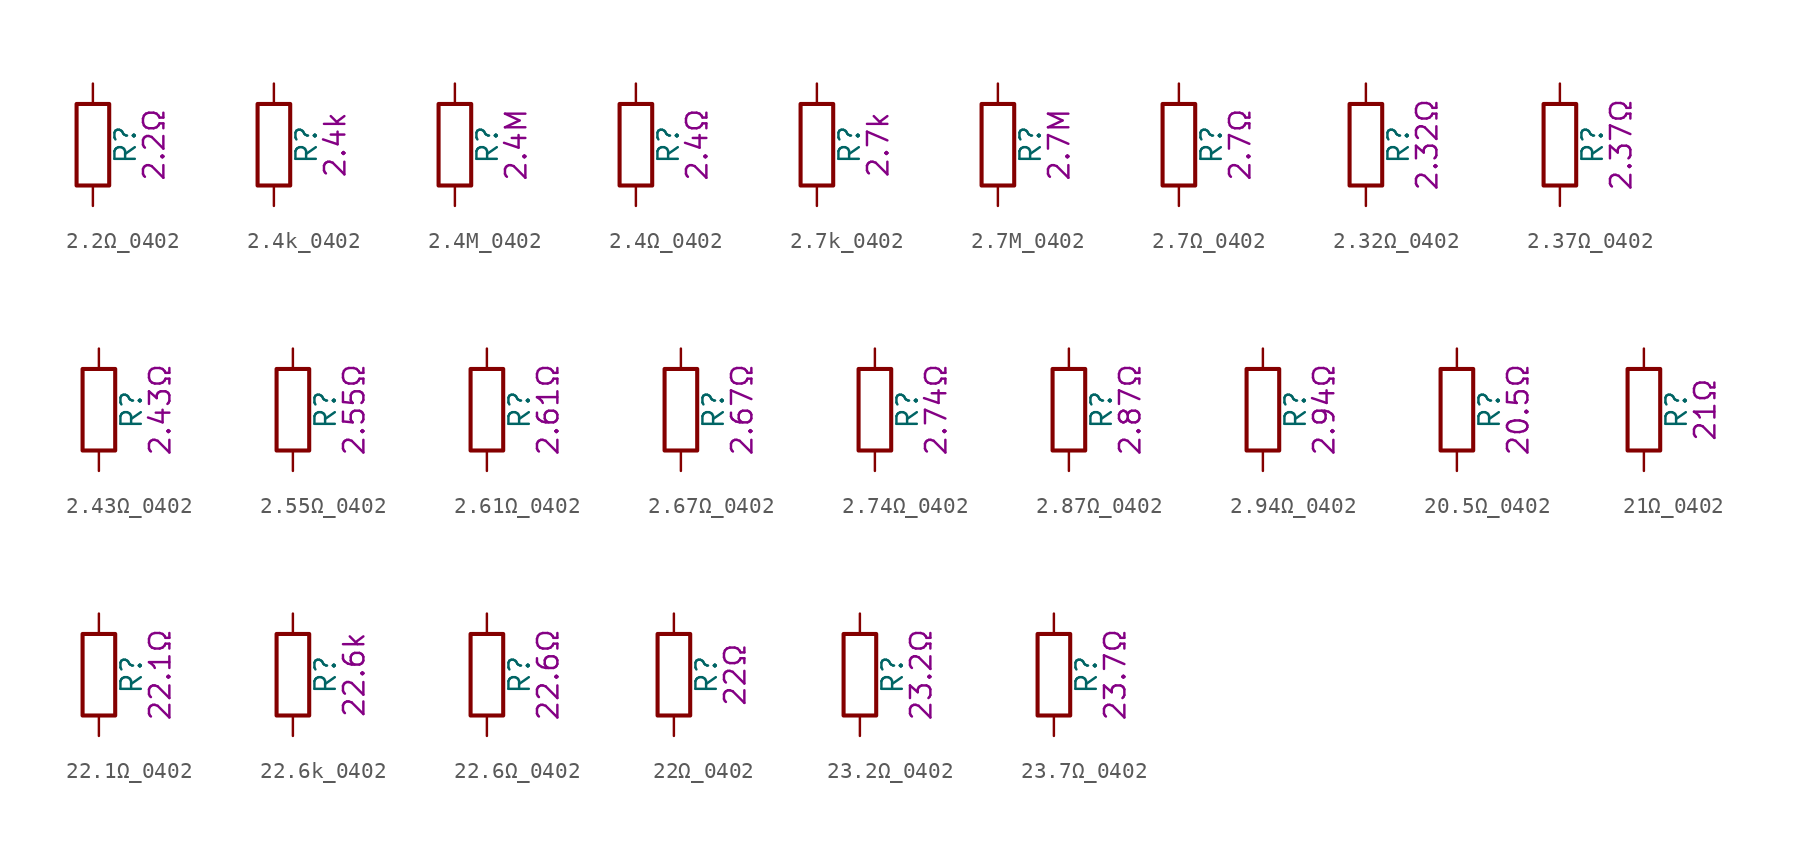
<source format=kicad_sym>
(kicad_symbol_lib
  (version 20211014)
  (generator kicad_symbol_editor)
  (symbol "2.2Ω_0402"
    (pin_numbers hide)
    (pin_names
      (offset 0))
    (property "Reference" "R"
      (at 2.032 0 90)
      (effects (font (size 1.27 1.27))))
    (property "Display" "2.2Ω"
      (at 3.81 0 90)
      (effects (font (size 1.27 1.27))))
    (symbol "2.2Ω_0402_0_1"
      (rectangle (start -1.016 -2.54) (end 1.016 2.54) (stroke (width 0.254) (type default) (color 0 0 0 0)) (fill (type none))))
    (symbol "2.2Ω_0402_1_1"
      (pin passive line (at 0 3.81 270) (length 1.27) (name "~" (effects (font (size 1.27 1.27)))) (number "1" (effects (font (size 1.27 1.27)))))
      (pin passive line (at 0 -3.81 90) (length 1.27) (name "~" (effects (font (size 1.27 1.27)))) (number "2" (effects (font (size 1.27 1.27)))))))
  (symbol "2.4k_0402"
    (pin_numbers hide)
    (pin_names
      (offset 0))
    (property "Reference" "R"
      (at 2.032 0 90)
      (effects (font (size 1.27 1.27))))
    (property "Display" "2.4k"
      (at 3.81 0 90)
      (effects (font (size 1.27 1.27))))
    (symbol "2.4k_0402_0_1"
      (rectangle (start -1.016 -2.54) (end 1.016 2.54) (stroke (width 0.254) (type default) (color 0 0 0 0)) (fill (type none))))
    (symbol "2.4k_0402_1_1"
      (pin passive line (at 0 3.81 270) (length 1.27) (name "~" (effects (font (size 1.27 1.27)))) (number "1" (effects (font (size 1.27 1.27)))))
      (pin passive line (at 0 -3.81 90) (length 1.27) (name "~" (effects (font (size 1.27 1.27)))) (number "2" (effects (font (size 1.27 1.27)))))))
  (symbol "2.4M_0402"
    (pin_numbers hide)
    (pin_names
      (offset 0))
    (property "Reference" "R"
      (at 2.032 0 90)
      (effects (font (size 1.27 1.27))))
    (property "Display" "2.4M"
      (at 3.81 0 90)
      (effects (font (size 1.27 1.27))))
    (symbol "2.4M_0402_0_1"
      (rectangle (start -1.016 -2.54) (end 1.016 2.54) (stroke (width 0.254) (type default) (color 0 0 0 0)) (fill (type none))))
    (symbol "2.4M_0402_1_1"
      (pin passive line (at 0 3.81 270) (length 1.27) (name "~" (effects (font (size 1.27 1.27)))) (number "1" (effects (font (size 1.27 1.27)))))
      (pin passive line (at 0 -3.81 90) (length 1.27) (name "~" (effects (font (size 1.27 1.27)))) (number "2" (effects (font (size 1.27 1.27)))))))
  (symbol "2.4Ω_0402"
    (pin_numbers hide)
    (pin_names
      (offset 0))
    (property "Reference" "R"
      (at 2.032 0 90)
      (effects (font (size 1.27 1.27))))
    (property "Display" "2.4Ω"
      (at 3.81 0 90)
      (effects (font (size 1.27 1.27))))
    (symbol "2.4Ω_0402_0_1"
      (rectangle (start -1.016 -2.54) (end 1.016 2.54) (stroke (width 0.254) (type default) (color 0 0 0 0)) (fill (type none))))
    (symbol "2.4Ω_0402_1_1"
      (pin passive line (at 0 3.81 270) (length 1.27) (name "~" (effects (font (size 1.27 1.27)))) (number "1" (effects (font (size 1.27 1.27)))))
      (pin passive line (at 0 -3.81 90) (length 1.27) (name "~" (effects (font (size 1.27 1.27)))) (number "2" (effects (font (size 1.27 1.27)))))))
  (symbol "2.7k_0402"
    (pin_numbers hide)
    (pin_names
      (offset 0))
    (property "Reference" "R"
      (at 2.032 0 90)
      (effects (font (size 1.27 1.27))))
    (property "Display" "2.7k"
      (at 3.81 0 90)
      (effects (font (size 1.27 1.27))))
    (symbol "2.7k_0402_0_1"
      (rectangle (start -1.016 -2.54) (end 1.016 2.54) (stroke (width 0.254) (type default) (color 0 0 0 0)) (fill (type none))))
    (symbol "2.7k_0402_1_1"
      (pin passive line (at 0 3.81 270) (length 1.27) (name "~" (effects (font (size 1.27 1.27)))) (number "1" (effects (font (size 1.27 1.27)))))
      (pin passive line (at 0 -3.81 90) (length 1.27) (name "~" (effects (font (size 1.27 1.27)))) (number "2" (effects (font (size 1.27 1.27)))))))
  (symbol "2.7M_0402"
    (pin_numbers hide)
    (pin_names
      (offset 0))
    (property "Reference" "R"
      (at 2.032 0 90)
      (effects (font (size 1.27 1.27))))
    (property "Display" "2.7M"
      (at 3.81 0 90)
      (effects (font (size 1.27 1.27))))
    (symbol "2.7M_0402_0_1"
      (rectangle (start -1.016 -2.54) (end 1.016 2.54) (stroke (width 0.254) (type default) (color 0 0 0 0)) (fill (type none))))
    (symbol "2.7M_0402_1_1"
      (pin passive line (at 0 3.81 270) (length 1.27) (name "~" (effects (font (size 1.27 1.27)))) (number "1" (effects (font (size 1.27 1.27)))))
      (pin passive line (at 0 -3.81 90) (length 1.27) (name "~" (effects (font (size 1.27 1.27)))) (number "2" (effects (font (size 1.27 1.27)))))))
  (symbol "2.7Ω_0402"
    (pin_numbers hide)
    (pin_names
      (offset 0))
    (property "Reference" "R"
      (at 2.032 0 90)
      (effects (font (size 1.27 1.27))))
    (property "Display" "2.7Ω"
      (at 3.81 0 90)
      (effects (font (size 1.27 1.27))))
    (symbol "2.7Ω_0402_0_1"
      (rectangle (start -1.016 -2.54) (end 1.016 2.54) (stroke (width 0.254) (type default) (color 0 0 0 0)) (fill (type none))))
    (symbol "2.7Ω_0402_1_1"
      (pin passive line (at 0 3.81 270) (length 1.27) (name "~" (effects (font (size 1.27 1.27)))) (number "1" (effects (font (size 1.27 1.27)))))
      (pin passive line (at 0 -3.81 90) (length 1.27) (name "~" (effects (font (size 1.27 1.27)))) (number "2" (effects (font (size 1.27 1.27)))))))
  (symbol "2.32Ω_0402"
    (pin_numbers hide)
    (pin_names
      (offset 0))
    (property "Reference" "R"
      (at 2.032 0 90)
      (effects (font (size 1.27 1.27))))
    (property "Display" "2.32Ω"
      (at 3.81 0 90)
      (effects (font (size 1.27 1.27))))
    (symbol "2.32Ω_0402_0_1"
      (rectangle (start -1.016 -2.54) (end 1.016 2.54) (stroke (width 0.254) (type default) (color 0 0 0 0)) (fill (type none))))
    (symbol "2.32Ω_0402_1_1"
      (pin passive line (at 0 3.81 270) (length 1.27) (name "~" (effects (font (size 1.27 1.27)))) (number "1" (effects (font (size 1.27 1.27)))))
      (pin passive line (at 0 -3.81 90) (length 1.27) (name "~" (effects (font (size 1.27 1.27)))) (number "2" (effects (font (size 1.27 1.27)))))))
  (symbol "2.37Ω_0402"
    (pin_numbers hide)
    (pin_names
      (offset 0))
    (property "Reference" "R"
      (at 2.032 0 90)
      (effects (font (size 1.27 1.27))))
    (property "Display" "2.37Ω"
      (at 3.81 0 90)
      (effects (font (size 1.27 1.27))))
    (symbol "2.37Ω_0402_0_1"
      (rectangle (start -1.016 -2.54) (end 1.016 2.54) (stroke (width 0.254) (type default) (color 0 0 0 0)) (fill (type none))))
    (symbol "2.37Ω_0402_1_1"
      (pin passive line (at 0 3.81 270) (length 1.27) (name "~" (effects (font (size 1.27 1.27)))) (number "1" (effects (font (size 1.27 1.27)))))
      (pin passive line (at 0 -3.81 90) (length 1.27) (name "~" (effects (font (size 1.27 1.27)))) (number "2" (effects (font (size 1.27 1.27)))))))
  (symbol "2.43Ω_0402"
    (pin_numbers hide)
    (pin_names
      (offset 0))
    (property "Reference" "R"
      (at 2.032 0 90)
      (effects (font (size 1.27 1.27))))
    (property "Display" "2.43Ω"
      (at 3.81 0 90)
      (effects (font (size 1.27 1.27))))
    (symbol "2.43Ω_0402_0_1"
      (rectangle (start -1.016 -2.54) (end 1.016 2.54) (stroke (width 0.254) (type default) (color 0 0 0 0)) (fill (type none))))
    (symbol "2.43Ω_0402_1_1"
      (pin passive line (at 0 3.81 270) (length 1.27) (name "~" (effects (font (size 1.27 1.27)))) (number "1" (effects (font (size 1.27 1.27)))))
      (pin passive line (at 0 -3.81 90) (length 1.27) (name "~" (effects (font (size 1.27 1.27)))) (number "2" (effects (font (size 1.27 1.27)))))))
  (symbol "2.55Ω_0402"
    (pin_numbers hide)
    (pin_names
      (offset 0))
    (property "Reference" "R"
      (at 2.032 0 90)
      (effects (font (size 1.27 1.27))))
    (property "Display" "2.55Ω"
      (at 3.81 0 90)
      (effects (font (size 1.27 1.27))))
    (symbol "2.55Ω_0402_0_1"
      (rectangle (start -1.016 -2.54) (end 1.016 2.54) (stroke (width 0.254) (type default) (color 0 0 0 0)) (fill (type none))))
    (symbol "2.55Ω_0402_1_1"
      (pin passive line (at 0 3.81 270) (length 1.27) (name "~" (effects (font (size 1.27 1.27)))) (number "1" (effects (font (size 1.27 1.27)))))
      (pin passive line (at 0 -3.81 90) (length 1.27) (name "~" (effects (font (size 1.27 1.27)))) (number "2" (effects (font (size 1.27 1.27)))))))
  (symbol "2.61Ω_0402"
    (pin_numbers hide)
    (pin_names
      (offset 0))
    (property "Reference" "R"
      (at 2.032 0 90)
      (effects (font (size 1.27 1.27))))
    (property "Display" "2.61Ω"
      (at 3.81 0 90)
      (effects (font (size 1.27 1.27))))
    (symbol "2.61Ω_0402_0_1"
      (rectangle (start -1.016 -2.54) (end 1.016 2.54) (stroke (width 0.254) (type default) (color 0 0 0 0)) (fill (type none))))
    (symbol "2.61Ω_0402_1_1"
      (pin passive line (at 0 3.81 270) (length 1.27) (name "~" (effects (font (size 1.27 1.27)))) (number "1" (effects (font (size 1.27 1.27)))))
      (pin passive line (at 0 -3.81 90) (length 1.27) (name "~" (effects (font (size 1.27 1.27)))) (number "2" (effects (font (size 1.27 1.27)))))))
  (symbol "2.67Ω_0402"
    (pin_numbers hide)
    (pin_names
      (offset 0))
    (property "Reference" "R"
      (at 2.032 0 90)
      (effects (font (size 1.27 1.27))))
    (property "Display" "2.67Ω"
      (at 3.81 0 90)
      (effects (font (size 1.27 1.27))))
    (symbol "2.67Ω_0402_0_1"
      (rectangle (start -1.016 -2.54) (end 1.016 2.54) (stroke (width 0.254) (type default) (color 0 0 0 0)) (fill (type none))))
    (symbol "2.67Ω_0402_1_1"
      (pin passive line (at 0 3.81 270) (length 1.27) (name "~" (effects (font (size 1.27 1.27)))) (number "1" (effects (font (size 1.27 1.27)))))
      (pin passive line (at 0 -3.81 90) (length 1.27) (name "~" (effects (font (size 1.27 1.27)))) (number "2" (effects (font (size 1.27 1.27)))))))
  (symbol "2.74Ω_0402"
    (pin_numbers hide)
    (pin_names
      (offset 0))
    (property "Reference" "R"
      (at 2.032 0 90)
      (effects (font (size 1.27 1.27))))
    (property "Display" "2.74Ω"
      (at 3.81 0 90)
      (effects (font (size 1.27 1.27))))
    (symbol "2.74Ω_0402_0_1"
      (rectangle (start -1.016 -2.54) (end 1.016 2.54) (stroke (width 0.254) (type default) (color 0 0 0 0)) (fill (type none))))
    (symbol "2.74Ω_0402_1_1"
      (pin passive line (at 0 3.81 270) (length 1.27) (name "~" (effects (font (size 1.27 1.27)))) (number "1" (effects (font (size 1.27 1.27)))))
      (pin passive line (at 0 -3.81 90) (length 1.27) (name "~" (effects (font (size 1.27 1.27)))) (number "2" (effects (font (size 1.27 1.27)))))))
  (symbol "2.87Ω_0402"
    (pin_numbers hide)
    (pin_names
      (offset 0))
    (property "Reference" "R"
      (at 2.032 0 90)
      (effects (font (size 1.27 1.27))))
    (property "Display" "2.87Ω"
      (at 3.81 0 90)
      (effects (font (size 1.27 1.27))))
    (symbol "2.87Ω_0402_0_1"
      (rectangle (start -1.016 -2.54) (end 1.016 2.54) (stroke (width 0.254) (type default) (color 0 0 0 0)) (fill (type none))))
    (symbol "2.87Ω_0402_1_1"
      (pin passive line (at 0 3.81 270) (length 1.27) (name "~" (effects (font (size 1.27 1.27)))) (number "1" (effects (font (size 1.27 1.27)))))
      (pin passive line (at 0 -3.81 90) (length 1.27) (name "~" (effects (font (size 1.27 1.27)))) (number "2" (effects (font (size 1.27 1.27)))))))
  (symbol "2.94Ω_0402"
    (pin_numbers hide)
    (pin_names
      (offset 0))
    (property "Reference" "R"
      (at 2.032 0 90)
      (effects (font (size 1.27 1.27))))
    (property "Display" "2.94Ω"
      (at 3.81 0 90)
      (effects (font (size 1.27 1.27))))
    (symbol "2.94Ω_0402_0_1"
      (rectangle (start -1.016 -2.54) (end 1.016 2.54) (stroke (width 0.254) (type default) (color 0 0 0 0)) (fill (type none))))
    (symbol "2.94Ω_0402_1_1"
      (pin passive line (at 0 3.81 270) (length 1.27) (name "~" (effects (font (size 1.27 1.27)))) (number "1" (effects (font (size 1.27 1.27)))))
      (pin passive line (at 0 -3.81 90) (length 1.27) (name "~" (effects (font (size 1.27 1.27)))) (number "2" (effects (font (size 1.27 1.27)))))))
  (symbol "20.5Ω_0402"
    (pin_numbers hide)
    (pin_names
      (offset 0))
    (property "Reference" "R"
      (at 2.032 0 90)
      (effects (font (size 1.27 1.27))))
    (property "Display" "20.5Ω"
      (at 3.81 0 90)
      (effects (font (size 1.27 1.27))))
    (symbol "20.5Ω_0402_0_1"
      (rectangle (start -1.016 -2.54) (end 1.016 2.54) (stroke (width 0.254) (type default) (color 0 0 0 0)) (fill (type none))))
    (symbol "20.5Ω_0402_1_1"
      (pin passive line (at 0 3.81 270) (length 1.27) (name "~" (effects (font (size 1.27 1.27)))) (number "1" (effects (font (size 1.27 1.27)))))
      (pin passive line (at 0 -3.81 90) (length 1.27) (name "~" (effects (font (size 1.27 1.27)))) (number "2" (effects (font (size 1.27 1.27)))))))
  (symbol "21Ω_0402"
    (pin_numbers hide)
    (pin_names
      (offset 0))
    (property "Reference" "R"
      (at 2.032 0 90)
      (effects (font (size 1.27 1.27))))
    (property "Display" "21Ω"
      (at 3.81 0 90)
      (effects (font (size 1.27 1.27))))
    (symbol "21Ω_0402_0_1"
      (rectangle (start -1.016 -2.54) (end 1.016 2.54) (stroke (width 0.254) (type default) (color 0 0 0 0)) (fill (type none))))
    (symbol "21Ω_0402_1_1"
      (pin passive line (at 0 3.81 270) (length 1.27) (name "~" (effects (font (size 1.27 1.27)))) (number "1" (effects (font (size 1.27 1.27)))))
      (pin passive line (at 0 -3.81 90) (length 1.27) (name "~" (effects (font (size 1.27 1.27)))) (number "2" (effects (font (size 1.27 1.27)))))))
  (symbol "22.1Ω_0402"
    (pin_numbers hide)
    (pin_names
      (offset 0))
    (property "Reference" "R"
      (at 2.032 0 90)
      (effects (font (size 1.27 1.27))))
    (property "Display" "22.1Ω"
      (at 3.81 0 90)
      (effects (font (size 1.27 1.27))))
    (symbol "22.1Ω_0402_0_1"
      (rectangle (start -1.016 -2.54) (end 1.016 2.54) (stroke (width 0.254) (type default) (color 0 0 0 0)) (fill (type none))))
    (symbol "22.1Ω_0402_1_1"
      (pin passive line (at 0 3.81 270) (length 1.27) (name "~" (effects (font (size 1.27 1.27)))) (number "1" (effects (font (size 1.27 1.27)))))
      (pin passive line (at 0 -3.81 90) (length 1.27) (name "~" (effects (font (size 1.27 1.27)))) (number "2" (effects (font (size 1.27 1.27)))))))
  (symbol "22.6k_0402"
    (pin_numbers hide)
    (pin_names
      (offset 0))
    (property "Reference" "R"
      (at 2.032 0 90)
      (effects (font (size 1.27 1.27))))
    (property "Display" "22.6k"
      (at 3.81 0 90)
      (effects (font (size 1.27 1.27))))
    (symbol "22.6k_0402_0_1"
      (rectangle (start -1.016 -2.54) (end 1.016 2.54) (stroke (width 0.254) (type default) (color 0 0 0 0)) (fill (type none))))
    (symbol "22.6k_0402_1_1"
      (pin passive line (at 0 3.81 270) (length 1.27) (name "~" (effects (font (size 1.27 1.27)))) (number "1" (effects (font (size 1.27 1.27)))))
      (pin passive line (at 0 -3.81 90) (length 1.27) (name "~" (effects (font (size 1.27 1.27)))) (number "2" (effects (font (size 1.27 1.27)))))))
  (symbol "22.6Ω_0402"
    (pin_numbers hide)
    (pin_names
      (offset 0))
    (property "Reference" "R"
      (at 2.032 0 90)
      (effects (font (size 1.27 1.27))))
    (property "Display" "22.6Ω"
      (at 3.81 0 90)
      (effects (font (size 1.27 1.27))))
    (symbol "22.6Ω_0402_0_1"
      (rectangle (start -1.016 -2.54) (end 1.016 2.54) (stroke (width 0.254) (type default) (color 0 0 0 0)) (fill (type none))))
    (symbol "22.6Ω_0402_1_1"
      (pin passive line (at 0 3.81 270) (length 1.27) (name "~" (effects (font (size 1.27 1.27)))) (number "1" (effects (font (size 1.27 1.27)))))
      (pin passive line (at 0 -3.81 90) (length 1.27) (name "~" (effects (font (size 1.27 1.27)))) (number "2" (effects (font (size 1.27 1.27)))))))
  (symbol "22Ω_0402"
    (pin_numbers hide)
    (pin_names
      (offset 0))
    (property "Reference" "R"
      (at 2.032 0 90)
      (effects (font (size 1.27 1.27))))
    (property "Display" "22Ω"
      (at 3.81 0 90)
      (effects (font (size 1.27 1.27))))
    (symbol "22Ω_0402_0_1"
      (rectangle (start -1.016 -2.54) (end 1.016 2.54) (stroke (width 0.254) (type default) (color 0 0 0 0)) (fill (type none))))
    (symbol "22Ω_0402_1_1"
      (pin passive line (at 0 3.81 270) (length 1.27) (name "~" (effects (font (size 1.27 1.27)))) (number "1" (effects (font (size 1.27 1.27)))))
      (pin passive line (at 0 -3.81 90) (length 1.27) (name "~" (effects (font (size 1.27 1.27)))) (number "2" (effects (font (size 1.27 1.27)))))))
  (symbol "23.2Ω_0402"
    (pin_numbers hide)
    (pin_names
      (offset 0))
    (property "Reference" "R"
      (at 2.032 0 90)
      (effects (font (size 1.27 1.27))))
    (property "Display" "23.2Ω"
      (at 3.81 0 90)
      (effects (font (size 1.27 1.27))))
    (symbol "23.2Ω_0402_0_1"
      (rectangle (start -1.016 -2.54) (end 1.016 2.54) (stroke (width 0.254) (type default) (color 0 0 0 0)) (fill (type none))))
    (symbol "23.2Ω_0402_1_1"
      (pin passive line (at 0 3.81 270) (length 1.27) (name "~" (effects (font (size 1.27 1.27)))) (number "1" (effects (font (size 1.27 1.27)))))
      (pin passive line (at 0 -3.81 90) (length 1.27) (name "~" (effects (font (size 1.27 1.27)))) (number "2" (effects (font (size 1.27 1.27)))))))
  (symbol "23.7Ω_0402"
    (pin_numbers hide)
    (pin_names
      (offset 0))
    (property "Reference" "R"
      (at 2.032 0 90)
      (effects (font (size 1.27 1.27))))
    (property "Display" "23.7Ω"
      (at 3.81 0 90)
      (effects (font (size 1.27 1.27))))
    (symbol "23.7Ω_0402_0_1"
      (rectangle (start -1.016 -2.54) (end 1.016 2.54) (stroke (width 0.254) (type default) (color 0 0 0 0)) (fill (type none))))
    (symbol "23.7Ω_0402_1_1"
      (pin passive line (at 0 3.81 270) (length 1.27) (name "~" (effects (font (size 1.27 1.27)))) (number "1" (effects (font (size 1.27 1.27)))))
      (pin passive line (at 0 -3.81 90) (length 1.27) (name "~" (effects (font (size 1.27 1.27)))) (number "2" (effects (font (size 1.27 1.27))))))))
</source>
